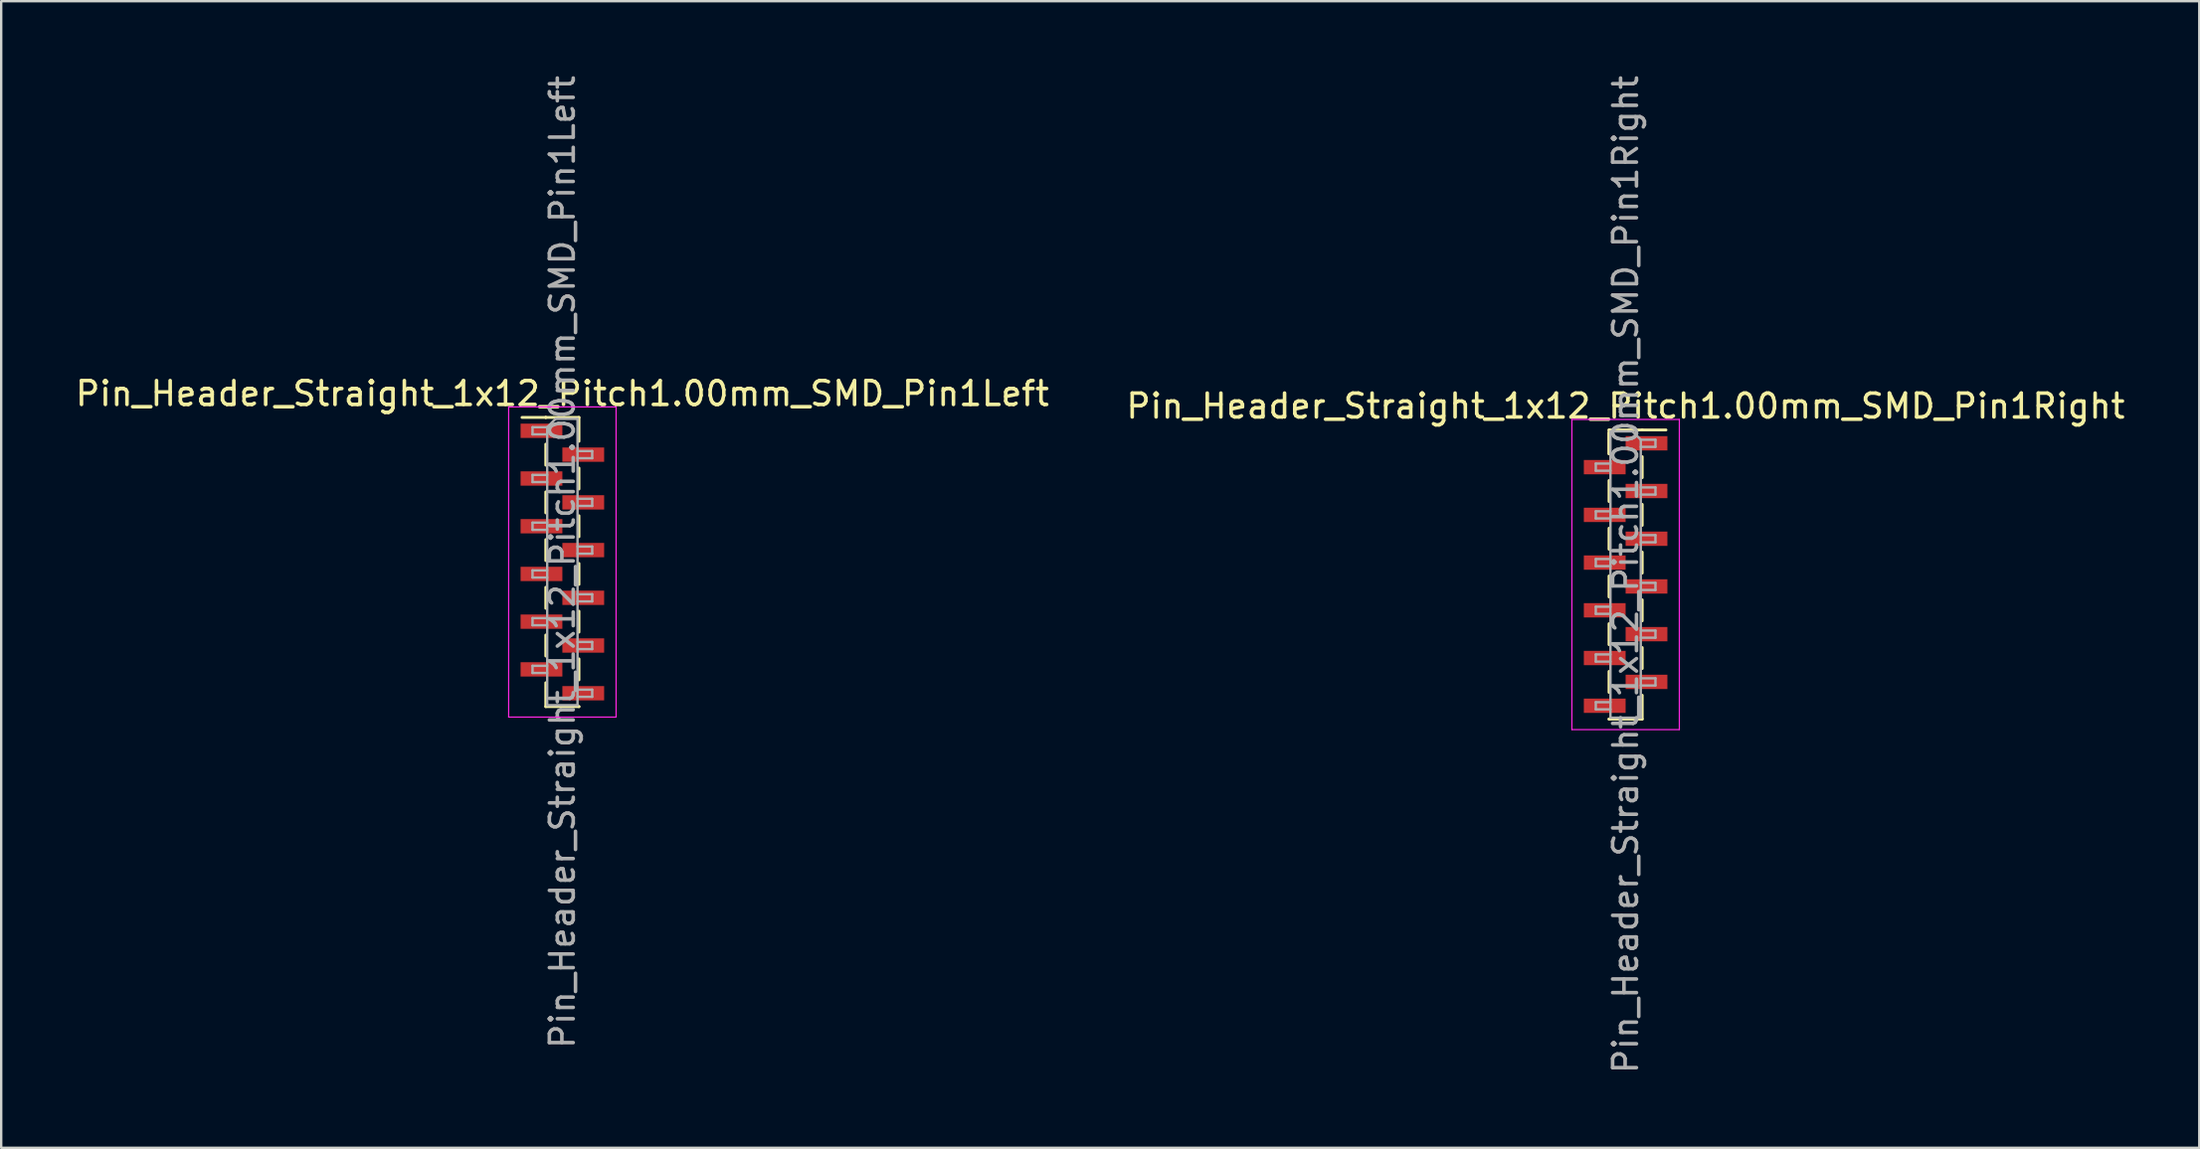
<source format=kicad_pcb>
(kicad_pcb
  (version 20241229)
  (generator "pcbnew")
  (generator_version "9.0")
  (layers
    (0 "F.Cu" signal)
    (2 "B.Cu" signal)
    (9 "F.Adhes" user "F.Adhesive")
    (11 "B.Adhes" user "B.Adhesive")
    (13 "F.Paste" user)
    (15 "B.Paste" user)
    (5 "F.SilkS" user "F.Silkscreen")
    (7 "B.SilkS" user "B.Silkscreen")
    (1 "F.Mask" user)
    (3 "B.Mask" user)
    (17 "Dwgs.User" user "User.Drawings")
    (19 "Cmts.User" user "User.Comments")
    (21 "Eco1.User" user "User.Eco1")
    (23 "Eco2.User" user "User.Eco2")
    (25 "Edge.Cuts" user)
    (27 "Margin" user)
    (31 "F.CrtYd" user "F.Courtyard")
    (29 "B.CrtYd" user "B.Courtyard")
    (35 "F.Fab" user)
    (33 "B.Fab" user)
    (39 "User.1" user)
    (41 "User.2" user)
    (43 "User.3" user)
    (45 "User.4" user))
  (footprint "Pin_Header_Straight_1x12_Pitch1.00mm_SMD_Pin1Left"
    (layer "F.Cu")
    (at 20.506 20.506)
    (property "Reference" "Pin_Header_Straight_1x12_Pitch1.00mm_SMD_Pin1Left" (at 0 -7.06 0) (layer "F.SilkS") (effects (font (size 1 1) (thickness 0.15))))
    (attr smd)
    (fp_line (start -0.695 -6.06) (end -1.69 -6.06) (stroke (width 0.12) (type solid)) (layer "F.SilkS"))
    (fp_line (start -0.695 -6.06) (end -0.695 -6.06) (stroke (width 0.12) (type solid)) (layer "F.SilkS"))
    (fp_line (start -0.695 -6.06) (end 0.695 -6.06) (stroke (width 0.12) (type solid)) (layer "F.SilkS"))
    (fp_line (start -0.695 -4.94) (end -0.695 -4.06) (stroke (width 0.12) (type solid)) (layer "F.SilkS"))
    (fp_line (start -0.695 -2.94) (end -0.695 -2.06) (stroke (width 0.12) (type solid)) (layer "F.SilkS"))
    (fp_line (start -0.695 -0.94) (end -0.695 -0.06) (stroke (width 0.12) (type solid)) (layer "F.SilkS"))
    (fp_line (start -0.695 1.06) (end -0.695 1.94) (stroke (width 0.12) (type solid)) (layer "F.SilkS"))
    (fp_line (start -0.695 3.06) (end -0.695 3.94) (stroke (width 0.12) (type solid)) (layer "F.SilkS"))
    (fp_line (start -0.695 5.06) (end -0.695 6.06) (stroke (width 0.12) (type solid)) (layer "F.SilkS"))
    (fp_line (start -0.695 6.06) (end 0.695 6.06) (stroke (width 0.12) (type solid)) (layer "F.SilkS"))
    (fp_line (start 0.695 -6.06) (end 0.695 -5.06) (stroke (width 0.12) (type solid)) (layer "F.SilkS"))
    (fp_line (start 0.695 -3.94) (end 0.695 -3.06) (stroke (width 0.12) (type solid)) (layer "F.SilkS"))
    (fp_line (start 0.695 -1.94) (end 0.695 -1.06) (stroke (width 0.12) (type solid)) (layer "F.SilkS"))
    (fp_line (start 0.695 0.06) (end 0.695 0.94) (stroke (width 0.12) (type solid)) (layer "F.SilkS"))
    (fp_line (start 0.695 2.06) (end 0.695 2.94) (stroke (width 0.12) (type solid)) (layer "F.SilkS"))
    (fp_line (start 0.695 4.06) (end 0.695 4.94) (stroke (width 0.12) (type solid)) (layer "F.SilkS"))
    (fp_line (start 0.695 6.06) (end 0.695 6.06) (stroke (width 0.12) (type solid)) (layer "F.SilkS"))
    (fp_line (start -2.25 -6.5) (end -2.25 6.5) (stroke (width 0.05) (type solid)) (layer "F.CrtYd"))
    (fp_line (start -2.25 6.5) (end 2.25 6.5) (stroke (width 0.05) (type solid)) (layer "F.CrtYd"))
    (fp_line (start 2.25 -6.5) (end -2.25 -6.5) (stroke (width 0.05) (type solid)) (layer "F.CrtYd"))
    (fp_line (start 2.25 6.5) (end 2.25 -6.5) (stroke (width 0.05) (type solid)) (layer "F.CrtYd"))
    (fp_line (start -1.25 -5.65) (end -1.25 -5.35) (stroke (width 0.1) (type solid)) (layer "F.Fab"))
    (fp_line (start -1.25 -5.35) (end -0.635 -5.35) (stroke (width 0.1) (type solid)) (layer "F.Fab"))
    (fp_line (start -1.25 -3.65) (end -1.25 -3.35) (stroke (width 0.1) (type solid)) (layer "F.Fab"))
    (fp_line (start -1.25 -3.35) (end -0.635 -3.35) (stroke (width 0.1) (type solid)) (layer "F.Fab"))
    (fp_line (start -1.25 -1.65) (end -1.25 -1.35) (stroke (width 0.1) (type solid)) (layer "F.Fab"))
    (fp_line (start -1.25 -1.35) (end -0.635 -1.35) (stroke (width 0.1) (type solid)) (layer "F.Fab"))
    (fp_line (start -1.25 0.35) (end -1.25 0.65) (stroke (width 0.1) (type solid)) (layer "F.Fab"))
    (fp_line (start -1.25 0.65) (end -0.635 0.65) (stroke (width 0.1) (type solid)) (layer "F.Fab"))
    (fp_line (start -1.25 2.35) (end -1.25 2.65) (stroke (width 0.1) (type solid)) (layer "F.Fab"))
    (fp_line (start -1.25 2.65) (end -0.635 2.65) (stroke (width 0.1) (type solid)) (layer "F.Fab"))
    (fp_line (start -1.25 4.35) (end -1.25 4.65) (stroke (width 0.1) (type solid)) (layer "F.Fab"))
    (fp_line (start -1.25 4.65) (end -0.635 4.65) (stroke (width 0.1) (type solid)) (layer "F.Fab"))
    (fp_line (start -0.635 -5.65) (end -1.25 -5.65) (stroke (width 0.1) (type solid)) (layer "F.Fab"))
    (fp_line (start -0.635 -5.65) (end -0.285 -6) (stroke (width 0.1) (type solid)) (layer "F.Fab"))
    (fp_line (start -0.635 -3.65) (end -1.25 -3.65) (stroke (width 0.1) (type solid)) (layer "F.Fab"))
    (fp_line (start -0.635 -1.65) (end -1.25 -1.65) (stroke (width 0.1) (type solid)) (layer "F.Fab"))
    (fp_line (start -0.635 0.35) (end -1.25 0.35) (stroke (width 0.1) (type solid)) (layer "F.Fab"))
    (fp_line (start -0.635 2.35) (end -1.25 2.35) (stroke (width 0.1) (type solid)) (layer "F.Fab"))
    (fp_line (start -0.635 4.35) (end -1.25 4.35) (stroke (width 0.1) (type solid)) (layer "F.Fab"))
    (fp_line (start -0.635 6) (end -0.635 -5.65) (stroke (width 0.1) (type solid)) (layer "F.Fab"))
    (fp_line (start -0.285 -6) (end 0.635 -6) (stroke (width 0.1) (type solid)) (layer "F.Fab"))
    (fp_line (start 0.635 -6) (end 0.635 6) (stroke (width 0.1) (type solid)) (layer "F.Fab"))
    (fp_line (start 0.635 -4.65) (end 1.25 -4.65) (stroke (width 0.1) (type solid)) (layer "F.Fab"))
    (fp_line (start 0.635 -2.65) (end 1.25 -2.65) (stroke (width 0.1) (type solid)) (layer "F.Fab"))
    (fp_line (start 0.635 -0.65) (end 1.25 -0.65) (stroke (width 0.1) (type solid)) (layer "F.Fab"))
    (fp_line (start 0.635 1.35) (end 1.25 1.35) (stroke (width 0.1) (type solid)) (layer "F.Fab"))
    (fp_line (start 0.635 3.35) (end 1.25 3.35) (stroke (width 0.1) (type solid)) (layer "F.Fab"))
    (fp_line (start 0.635 5.35) (end 1.25 5.35) (stroke (width 0.1) (type solid)) (layer "F.Fab"))
    (fp_line (start 0.635 6) (end -0.635 6) (stroke (width 0.1) (type solid)) (layer "F.Fab"))
    (fp_line (start 1.25 -4.65) (end 1.25 -4.35) (stroke (width 0.1) (type solid)) (layer "F.Fab"))
    (fp_line (start 1.25 -4.35) (end 0.635 -4.35) (stroke (width 0.1) (type solid)) (layer "F.Fab"))
    (fp_line (start 1.25 -2.65) (end 1.25 -2.35) (stroke (width 0.1) (type solid)) (layer "F.Fab"))
    (fp_line (start 1.25 -2.35) (end 0.635 -2.35) (stroke (width 0.1) (type solid)) (layer "F.Fab"))
    (fp_line (start 1.25 -0.65) (end 1.25 -0.35) (stroke (width 0.1) (type solid)) (layer "F.Fab"))
    (fp_line (start 1.25 -0.35) (end 0.635 -0.35) (stroke (width 0.1) (type solid)) (layer "F.Fab"))
    (fp_line (start 1.25 1.35) (end 1.25 1.65) (stroke (width 0.1) (type solid)) (layer "F.Fab"))
    (fp_line (start 1.25 1.65) (end 0.635 1.65) (stroke (width 0.1) (type solid)) (layer "F.Fab"))
    (fp_line (start 1.25 3.35) (end 1.25 3.65) (stroke (width 0.1) (type solid)) (layer "F.Fab"))
    (fp_line (start 1.25 3.65) (end 0.635 3.65) (stroke (width 0.1) (type solid)) (layer "F.Fab"))
    (fp_line (start 1.25 5.35) (end 1.25 5.65) (stroke (width 0.1) (type solid)) (layer "F.Fab"))
    (fp_line (start 1.25 5.65) (end 0.635 5.65) (stroke (width 0.1) (type solid)) (layer "F.Fab"))
    (fp_text user "${REFERENCE}" (at 0 0 90) (layer "F.Fab") (effects (font (size 1 1) (thickness 0.15))))
    (pad "1" smd rect (at -0.875 -5.5) (size 1.75 0.6) (layers "F.Cu" "F.Mask" "F.Paste"))
    (pad "2" smd rect (at 0.875 -4.5) (size 1.75 0.6) (layers "F.Cu" "F.Mask" "F.Paste"))
    (pad "3" smd rect (at -0.875 -3.5) (size 1.75 0.6) (layers "F.Cu" "F.Mask" "F.Paste"))
    (pad "4" smd rect (at 0.875 -2.5) (size 1.75 0.6) (layers "F.Cu" "F.Mask" "F.Paste"))
    (pad "5" smd rect (at -0.875 -1.5) (size 1.75 0.6) (layers "F.Cu" "F.Mask" "F.Paste"))
    (pad "6" smd rect (at 0.875 -0.5) (size 1.75 0.6) (layers "F.Cu" "F.Mask" "F.Paste"))
    (pad "7" smd rect (at -0.875 0.5) (size 1.75 0.6) (layers "F.Cu" "F.Mask" "F.Paste"))
    (pad "8" smd rect (at 0.875 1.5) (size 1.75 0.6) (layers "F.Cu" "F.Mask" "F.Paste"))
    (pad "9" smd rect (at -0.875 2.5) (size 1.75 0.6) (layers "F.Cu" "F.Mask" "F.Paste"))
    (pad "10" smd rect (at 0.875 3.5) (size 1.75 0.6) (layers "F.Cu" "F.Mask" "F.Paste"))
    (pad "11" smd rect (at -0.875 4.5) (size 1.75 0.6) (layers "F.Cu" "F.Mask" "F.Paste"))
    (pad "12" smd rect (at 0.875 5.5) (size 1.75 0.6) (layers "F.Cu" "F.Mask" "F.Paste")))
  (footprint "Pin_Header_Straight_1x12_Pitch1.00mm_SMD_Pin1Right"
    (layer "F.Cu")
    (at 65.042 21.03)
    (property "Reference" "Pin_Header_Straight_1x12_Pitch1.00mm_SMD_Pin1Right" (at 0 -7.06 0) (layer "F.SilkS") (effects (font (size 1 1) (thickness 0.15))))
    (attr smd)
    (fp_line (start -0.695 -6.06) (end -0.695 -5.06) (stroke (width 0.12) (type solid)) (layer "F.SilkS"))
    (fp_line (start -0.695 -6.06) (end 0.695 -6.06) (stroke (width 0.12) (type solid)) (layer "F.SilkS"))
    (fp_line (start -0.695 -5.94) (end -0.695 -5.06) (stroke (width 0.12) (type solid)) (layer "F.SilkS"))
    (fp_line (start -0.695 -3.94) (end -0.695 -3.06) (stroke (width 0.12) (type solid)) (layer "F.SilkS"))
    (fp_line (start -0.695 -1.94) (end -0.695 -1.06) (stroke (width 0.12) (type solid)) (layer "F.SilkS"))
    (fp_line (start -0.695 0.06) (end -0.695 0.94) (stroke (width 0.12) (type solid)) (layer "F.SilkS"))
    (fp_line (start -0.695 2.06) (end -0.695 2.94) (stroke (width 0.12) (type solid)) (layer "F.SilkS"))
    (fp_line (start -0.695 4.06) (end -0.695 4.94) (stroke (width 0.12) (type solid)) (layer "F.SilkS"))
    (fp_line (start -0.695 6.06) (end -0.695 6.06) (stroke (width 0.12) (type solid)) (layer "F.SilkS"))
    (fp_line (start -0.695 6.06) (end 0.695 6.06) (stroke (width 0.12) (type solid)) (layer "F.SilkS"))
    (fp_line (start 0.695 -6.06) (end 0.695 -6.06) (stroke (width 0.12) (type solid)) (layer "F.SilkS"))
    (fp_line (start 0.695 -6.06) (end 1.69 -6.06) (stroke (width 0.12) (type solid)) (layer "F.SilkS"))
    (fp_line (start 0.695 -4.94) (end 0.695 -4.06) (stroke (width 0.12) (type solid)) (layer "F.SilkS"))
    (fp_line (start 0.695 -2.94) (end 0.695 -2.06) (stroke (width 0.12) (type solid)) (layer "F.SilkS"))
    (fp_line (start 0.695 -0.94) (end 0.695 -0.06) (stroke (width 0.12) (type solid)) (layer "F.SilkS"))
    (fp_line (start 0.695 1.06) (end 0.695 1.94) (stroke (width 0.12) (type solid)) (layer "F.SilkS"))
    (fp_line (start 0.695 3.06) (end 0.695 3.94) (stroke (width 0.12) (type solid)) (layer "F.SilkS"))
    (fp_line (start 0.695 5.06) (end 0.695 6.06) (stroke (width 0.12) (type solid)) (layer "F.SilkS"))
    (fp_line (start -2.25 -6.5) (end -2.25 6.5) (stroke (width 0.05) (type solid)) (layer "F.CrtYd"))
    (fp_line (start -2.25 6.5) (end 2.25 6.5) (stroke (width 0.05) (type solid)) (layer "F.CrtYd"))
    (fp_line (start 2.25 -6.5) (end -2.25 -6.5) (stroke (width 0.05) (type solid)) (layer "F.CrtYd"))
    (fp_line (start 2.25 6.5) (end 2.25 -6.5) (stroke (width 0.05) (type solid)) (layer "F.CrtYd"))
    (fp_line (start -1.25 -4.65) (end -1.25 -4.35) (stroke (width 0.1) (type solid)) (layer "F.Fab"))
    (fp_line (start -1.25 -4.35) (end -0.635 -4.35) (stroke (width 0.1) (type solid)) (layer "F.Fab"))
    (fp_line (start -1.25 -2.65) (end -1.25 -2.35) (stroke (width 0.1) (type solid)) (layer "F.Fab"))
    (fp_line (start -1.25 -2.35) (end -0.635 -2.35) (stroke (width 0.1) (type solid)) (layer "F.Fab"))
    (fp_line (start -1.25 -0.65) (end -1.25 -0.35) (stroke (width 0.1) (type solid)) (layer "F.Fab"))
    (fp_line (start -1.25 -0.35) (end -0.635 -0.35) (stroke (width 0.1) (type solid)) (layer "F.Fab"))
    (fp_line (start -1.25 1.35) (end -1.25 1.65) (stroke (width 0.1) (type solid)) (layer "F.Fab"))
    (fp_line (start -1.25 1.65) (end -0.635 1.65) (stroke (width 0.1) (type solid)) (layer "F.Fab"))
    (fp_line (start -1.25 3.35) (end -1.25 3.65) (stroke (width 0.1) (type solid)) (layer "F.Fab"))
    (fp_line (start -1.25 3.65) (end -0.635 3.65) (stroke (width 0.1) (type solid)) (layer "F.Fab"))
    (fp_line (start -1.25 5.35) (end -1.25 5.65) (stroke (width 0.1) (type solid)) (layer "F.Fab"))
    (fp_line (start -1.25 5.65) (end -0.635 5.65) (stroke (width 0.1) (type solid)) (layer "F.Fab"))
    (fp_line (start -0.635 -6) (end -0.635 6) (stroke (width 0.1) (type solid)) (layer "F.Fab"))
    (fp_line (start -0.635 -6) (end 0.285 -6) (stroke (width 0.1) (type solid)) (layer "F.Fab"))
    (fp_line (start -0.635 -4.65) (end -1.25 -4.65) (stroke (width 0.1) (type solid)) (layer "F.Fab"))
    (fp_line (start -0.635 -2.65) (end -1.25 -2.65) (stroke (width 0.1) (type solid)) (layer "F.Fab"))
    (fp_line (start -0.635 -0.65) (end -1.25 -0.65) (stroke (width 0.1) (type solid)) (layer "F.Fab"))
    (fp_line (start -0.635 1.35) (end -1.25 1.35) (stroke (width 0.1) (type solid)) (layer "F.Fab"))
    (fp_line (start -0.635 3.35) (end -1.25 3.35) (stroke (width 0.1) (type solid)) (layer "F.Fab"))
    (fp_line (start -0.635 5.35) (end -1.25 5.35) (stroke (width 0.1) (type solid)) (layer "F.Fab"))
    (fp_line (start 0.635 -5.65) (end 0.285 -6) (stroke (width 0.1) (type solid)) (layer "F.Fab"))
    (fp_line (start 0.635 -5.65) (end 1.25 -5.65) (stroke (width 0.1) (type solid)) (layer "F.Fab"))
    (fp_line (start 0.635 -3.65) (end 1.25 -3.65) (stroke (width 0.1) (type solid)) (layer "F.Fab"))
    (fp_line (start 0.635 -1.65) (end 1.25 -1.65) (stroke (width 0.1) (type solid)) (layer "F.Fab"))
    (fp_line (start 0.635 0.35) (end 1.25 0.35) (stroke (width 0.1) (type solid)) (layer "F.Fab"))
    (fp_line (start 0.635 2.35) (end 1.25 2.35) (stroke (width 0.1) (type solid)) (layer "F.Fab"))
    (fp_line (start 0.635 4.35) (end 1.25 4.35) (stroke (width 0.1) (type solid)) (layer "F.Fab"))
    (fp_line (start 0.635 6) (end -0.635 6) (stroke (width 0.1) (type solid)) (layer "F.Fab"))
    (fp_line (start 0.635 6) (end 0.635 -5.65) (stroke (width 0.1) (type solid)) (layer "F.Fab"))
    (fp_line (start 1.25 -5.65) (end 1.25 -5.35) (stroke (width 0.1) (type solid)) (layer "F.Fab"))
    (fp_line (start 1.25 -5.35) (end 0.635 -5.35) (stroke (width 0.1) (type solid)) (layer "F.Fab"))
    (fp_line (start 1.25 -3.65) (end 1.25 -3.35) (stroke (width 0.1) (type solid)) (layer "F.Fab"))
    (fp_line (start 1.25 -3.35) (end 0.635 -3.35) (stroke (width 0.1) (type solid)) (layer "F.Fab"))
    (fp_line (start 1.25 -1.65) (end 1.25 -1.35) (stroke (width 0.1) (type solid)) (layer "F.Fab"))
    (fp_line (start 1.25 -1.35) (end 0.635 -1.35) (stroke (width 0.1) (type solid)) (layer "F.Fab"))
    (fp_line (start 1.25 0.35) (end 1.25 0.65) (stroke (width 0.1) (type solid)) (layer "F.Fab"))
    (fp_line (start 1.25 0.65) (end 0.635 0.65) (stroke (width 0.1) (type solid)) (layer "F.Fab"))
    (fp_line (start 1.25 2.35) (end 1.25 2.65) (stroke (width 0.1) (type solid)) (layer "F.Fab"))
    (fp_line (start 1.25 2.65) (end 0.635 2.65) (stroke (width 0.1) (type solid)) (layer "F.Fab"))
    (fp_line (start 1.25 4.35) (end 1.25 4.65) (stroke (width 0.1) (type solid)) (layer "F.Fab"))
    (fp_line (start 1.25 4.65) (end 0.635 4.65) (stroke (width 0.1) (type solid)) (layer "F.Fab"))
    (fp_text user "${REFERENCE}" (at 0 0 90) (layer "F.Fab") (effects (font (size 1 1) (thickness 0.15))))
    (pad "1" smd rect (at 0.875 -5.5) (size 1.75 0.6) (layers "F.Cu" "F.Mask" "F.Paste"))
    (pad "2" smd rect (at -0.875 -4.5) (size 1.75 0.6) (layers "F.Cu" "F.Mask" "F.Paste"))
    (pad "3" smd rect (at 0.875 -3.5) (size 1.75 0.6) (layers "F.Cu" "F.Mask" "F.Paste"))
    (pad "4" smd rect (at -0.875 -2.5) (size 1.75 0.6) (layers "F.Cu" "F.Mask" "F.Paste"))
    (pad "5" smd rect (at 0.875 -1.5) (size 1.75 0.6) (layers "F.Cu" "F.Mask" "F.Paste"))
    (pad "6" smd rect (at -0.875 -0.5) (size 1.75 0.6) (layers "F.Cu" "F.Mask" "F.Paste"))
    (pad "7" smd rect (at 0.875 0.5) (size 1.75 0.6) (layers "F.Cu" "F.Mask" "F.Paste"))
    (pad "8" smd rect (at -0.875 1.5) (size 1.75 0.6) (layers "F.Cu" "F.Mask" "F.Paste"))
    (pad "9" smd rect (at 0.875 2.5) (size 1.75 0.6) (layers "F.Cu" "F.Mask" "F.Paste"))
    (pad "10" smd rect (at -0.875 3.5) (size 1.75 0.6) (layers "F.Cu" "F.Mask" "F.Paste"))
    (pad "11" smd rect (at 0.875 4.5) (size 1.75 0.6) (layers "F.Cu" "F.Mask" "F.Paste"))
    (pad "12" smd rect (at -0.875 5.5) (size 1.75 0.6) (layers "F.Cu" "F.Mask" "F.Paste")))
  (gr_rect
    (start -3 -3)
    (end 89.071 45.06)
    (stroke (width 0.1) (type default))
    (fill no)
    (layer "Edge.Cuts")))
</source>
